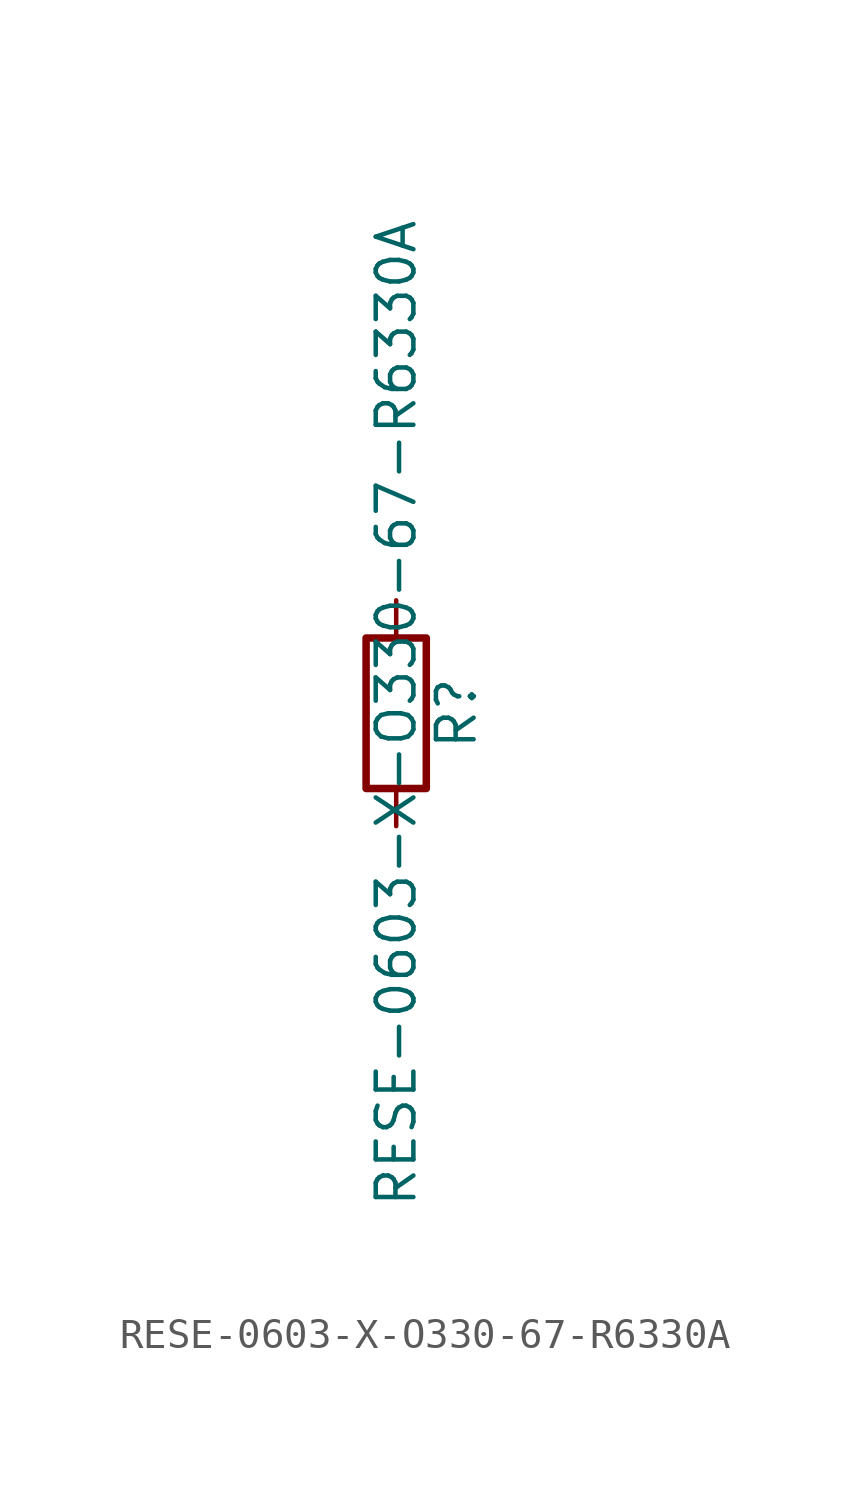
<source format=kicad_sym>
(kicad_symbol_lib
  (version 20211014)
  (generator kicad_symbol_editor)
  (symbol "RESE-0603-X-O330-67-R6330A"
    (pin_numbers hide)
    (pin_names
      (offset 0))
    (property "Reference" "R"
      (at 2.032 0 90)
      (effects (font (size 1.27 1.27))))
    (property "Value" "RESE-0603-X-O330-67-R6330A"
      (at 0 0 90)
      (effects (font (size 1.27 1.27))))
    (symbol "RESE-0603-X-O330-67-R6330A_0_1"
      (rectangle (start -1.016 -2.54) (end 1.016 2.54) (stroke (width 0.254) (type default) (color 0 0 0 0)) (fill (type none))))
    (symbol "RESE-0603-X-O330-67-R6330A_1_1"
      (pin passive line (at 0 3.81 270) (length 1.27) (name "~" (effects (font (size 1.27 1.27)))) (number "1" (effects (font (size 1.27 1.27)))))
      (pin passive line (at 0 -3.81 90) (length 1.27) (name "~" (effects (font (size 1.27 1.27)))) (number "2" (effects (font (size 1.27 1.27))))))))
</source>
